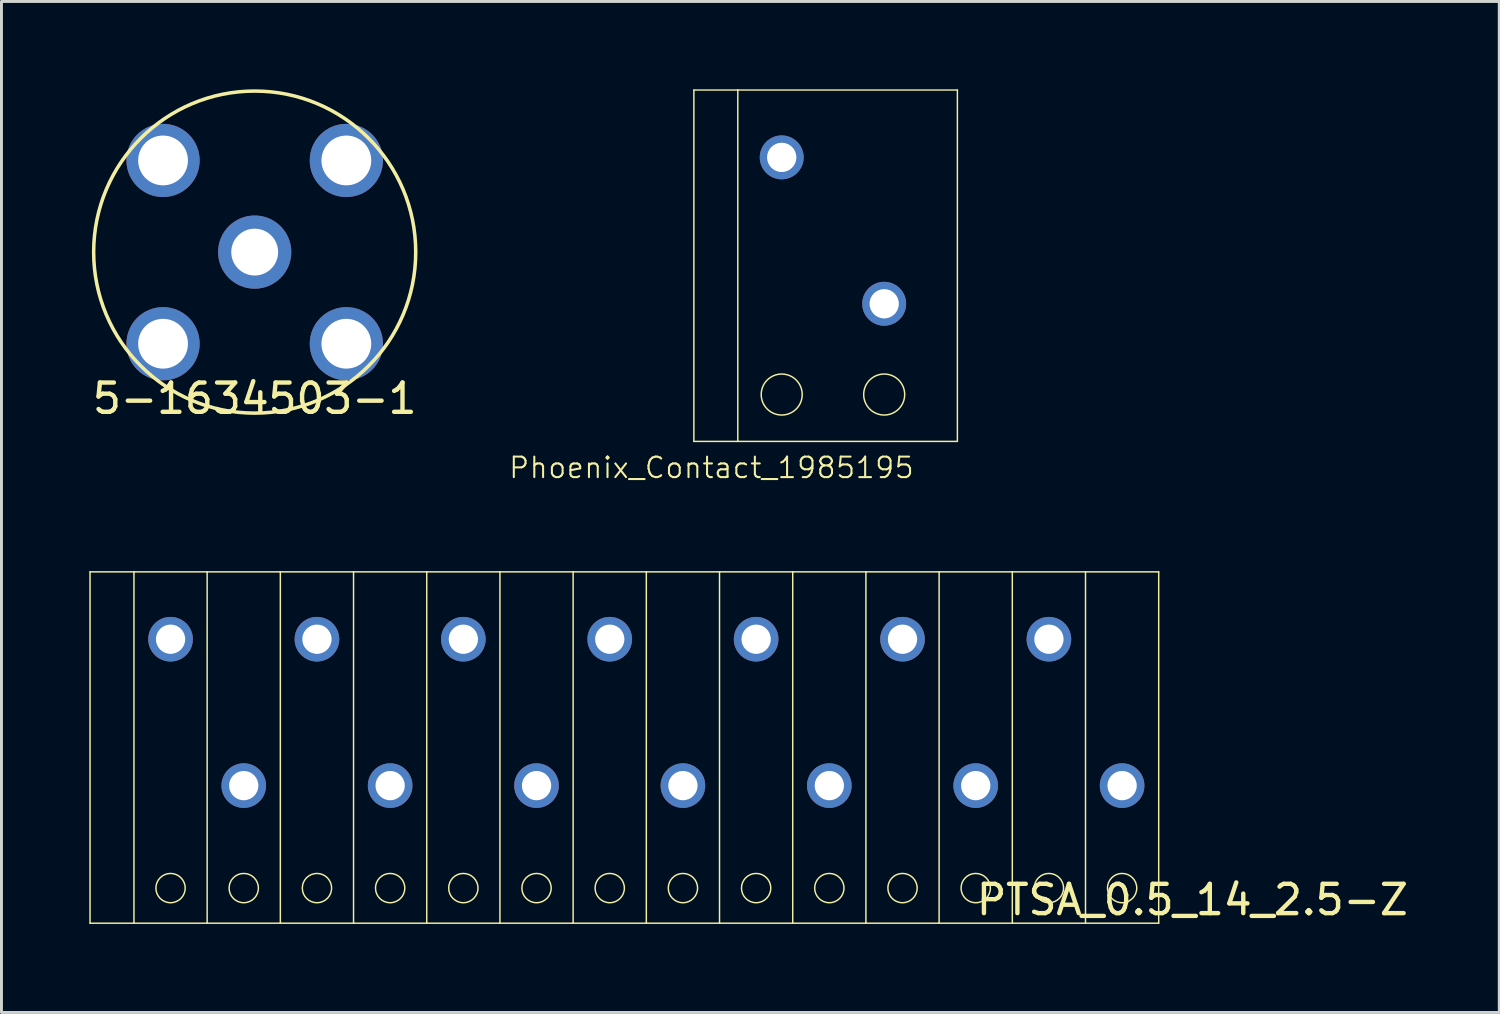
<source format=kicad_pcb>
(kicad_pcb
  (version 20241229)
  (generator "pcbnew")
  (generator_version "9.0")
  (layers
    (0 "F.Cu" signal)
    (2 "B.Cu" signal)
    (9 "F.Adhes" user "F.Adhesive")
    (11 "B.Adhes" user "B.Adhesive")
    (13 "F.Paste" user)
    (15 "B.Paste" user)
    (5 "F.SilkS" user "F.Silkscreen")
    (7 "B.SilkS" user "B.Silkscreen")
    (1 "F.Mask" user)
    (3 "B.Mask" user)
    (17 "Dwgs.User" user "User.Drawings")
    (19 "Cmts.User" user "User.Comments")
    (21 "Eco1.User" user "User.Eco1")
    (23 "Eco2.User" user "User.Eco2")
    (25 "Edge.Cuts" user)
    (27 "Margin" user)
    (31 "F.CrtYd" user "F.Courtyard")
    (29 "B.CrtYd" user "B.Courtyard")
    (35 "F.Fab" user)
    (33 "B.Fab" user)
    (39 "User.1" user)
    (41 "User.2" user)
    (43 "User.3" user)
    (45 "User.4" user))
  (footprint "PTSA_0.5_14_2.5-Z"
    (layer "F.Cu")
    (at 35.275 23.782)
    (property "Reference" "PTSA_0.5_14_2.5-Z" (at 2.4 3.9 0) (layer "F.SilkS") (effects (font (size 1 1) (thickness 0.15))))
    (attr through_hole)
    (fp_line (start -35.25 -7.3) (end -35.25 4.7) (stroke (width 0.05) (type solid)) (layer "F.SilkS"))
    (fp_line (start -33.75 -7.3) (end -35.25 -7.3) (stroke (width 0.05) (type solid)) (layer "F.SilkS"))
    (fp_line (start -33.75 4.7) (end -35.25 4.7) (stroke (width 0.05) (type solid)) (layer "F.SilkS"))
    (fp_line (start -33.75 4.7) (end -33.75 -7.3) (stroke (width 0.05) (type solid)) (layer "F.SilkS"))
    (fp_line (start -31.25 -7.3) (end -33.75 -7.3) (stroke (width 0.05) (type solid)) (layer "F.SilkS"))
    (fp_line (start -31.25 4.7) (end -33.75 4.7) (stroke (width 0.05) (type solid)) (layer "F.SilkS"))
    (fp_line (start -31.25 4.7) (end -31.25 -7.3) (stroke (width 0.05) (type solid)) (layer "F.SilkS"))
    (fp_line (start -28.75 -7.3) (end -31.25 -7.3) (stroke (width 0.05) (type solid)) (layer "F.SilkS"))
    (fp_line (start -28.75 4.7) (end -31.25 4.7) (stroke (width 0.05) (type solid)) (layer "F.SilkS"))
    (fp_line (start -28.75 4.7) (end -28.75 -7.3) (stroke (width 0.05) (type solid)) (layer "F.SilkS"))
    (fp_line (start -26.25 -7.3) (end -28.75 -7.3) (stroke (width 0.05) (type solid)) (layer "F.SilkS"))
    (fp_line (start -26.25 4.7) (end -28.75 4.7) (stroke (width 0.05) (type solid)) (layer "F.SilkS"))
    (fp_line (start -26.25 4.7) (end -26.25 -7.3) (stroke (width 0.05) (type solid)) (layer "F.SilkS"))
    (fp_line (start -23.75 -7.3) (end -26.25 -7.3) (stroke (width 0.05) (type solid)) (layer "F.SilkS"))
    (fp_line (start -23.75 4.7) (end -26.25 4.7) (stroke (width 0.05) (type solid)) (layer "F.SilkS"))
    (fp_line (start -23.75 4.7) (end -23.75 -7.3) (stroke (width 0.05) (type solid)) (layer "F.SilkS"))
    (fp_line (start -21.25 -7.3) (end -23.75 -7.3) (stroke (width 0.05) (type solid)) (layer "F.SilkS"))
    (fp_line (start -21.25 4.7) (end -23.75 4.7) (stroke (width 0.05) (type solid)) (layer "F.SilkS"))
    (fp_line (start -21.25 4.7) (end -21.25 -7.3) (stroke (width 0.05) (type solid)) (layer "F.SilkS"))
    (fp_line (start -18.75 -7.3) (end -21.25 -7.3) (stroke (width 0.05) (type solid)) (layer "F.SilkS"))
    (fp_line (start -18.75 4.7) (end -21.25 4.7) (stroke (width 0.05) (type solid)) (layer "F.SilkS"))
    (fp_line (start -18.75 4.7) (end -18.75 -7.3) (stroke (width 0.05) (type solid)) (layer "F.SilkS"))
    (fp_line (start -16.25 -7.3) (end -18.75 -7.3) (stroke (width 0.05) (type solid)) (layer "F.SilkS"))
    (fp_line (start -16.25 4.7) (end -18.75 4.7) (stroke (width 0.05) (type solid)) (layer "F.SilkS"))
    (fp_line (start -16.25 4.7) (end -16.25 -7.3) (stroke (width 0.05) (type solid)) (layer "F.SilkS"))
    (fp_line (start -13.75 -7.3) (end -16.25 -7.3) (stroke (width 0.05) (type solid)) (layer "F.SilkS"))
    (fp_line (start -13.75 4.7) (end -16.25 4.7) (stroke (width 0.05) (type solid)) (layer "F.SilkS"))
    (fp_line (start -13.75 4.7) (end -13.75 -7.3) (stroke (width 0.05) (type solid)) (layer "F.SilkS"))
    (fp_line (start -11.25 -7.3) (end -13.75 -7.3) (stroke (width 0.05) (type solid)) (layer "F.SilkS"))
    (fp_line (start -11.25 4.7) (end -13.75 4.7) (stroke (width 0.05) (type solid)) (layer "F.SilkS"))
    (fp_line (start -11.25 4.7) (end -11.25 -7.3) (stroke (width 0.05) (type solid)) (layer "F.SilkS"))
    (fp_line (start -8.75 -7.3) (end -11.25 -7.3) (stroke (width 0.05) (type solid)) (layer "F.SilkS"))
    (fp_line (start -8.75 4.7) (end -11.25 4.7) (stroke (width 0.05) (type solid)) (layer "F.SilkS"))
    (fp_line (start -8.75 4.7) (end -8.75 -7.3) (stroke (width 0.05) (type solid)) (layer "F.SilkS"))
    (fp_line (start -6.25 -7.3) (end -8.75 -7.3) (stroke (width 0.05) (type solid)) (layer "F.SilkS"))
    (fp_line (start -6.25 4.7) (end -8.75 4.7) (stroke (width 0.05) (type solid)) (layer "F.SilkS"))
    (fp_line (start -6.25 4.7) (end -6.25 -7.3) (stroke (width 0.05) (type solid)) (layer "F.SilkS"))
    (fp_line (start -3.75 -7.3) (end -6.25 -7.3) (stroke (width 0.05) (type solid)) (layer "F.SilkS"))
    (fp_line (start -3.75 4.7) (end -6.25 4.7) (stroke (width 0.05) (type solid)) (layer "F.SilkS"))
    (fp_line (start -3.75 4.7) (end -3.75 -7.3) (stroke (width 0.05) (type solid)) (layer "F.SilkS"))
    (fp_line (start -1.25 -7.3) (end -3.75 -7.3) (stroke (width 0.05) (type solid)) (layer "F.SilkS"))
    (fp_line (start -1.25 4.7) (end -3.75 4.7) (stroke (width 0.05) (type solid)) (layer "F.SilkS"))
    (fp_line (start -1.25 4.7) (end -1.25 -7.3) (stroke (width 0.05) (type solid)) (layer "F.SilkS"))
    (fp_line (start 1.25 -7.3) (end -1.25 -7.3) (stroke (width 0.05) (type solid)) (layer "F.SilkS"))
    (fp_line (start 1.25 4.7) (end -1.25 4.7) (stroke (width 0.05) (type solid)) (layer "F.SilkS"))
    (fp_line (start 1.25 4.7) (end 1.25 -7.3) (stroke (width 0.05) (type solid)) (layer "F.SilkS"))
    (fp_circle (center -32.5 3.5) (end -32 3.5) (stroke (width 0.05) (type solid)) (fill no) (layer "F.SilkS"))
    (fp_circle (center -30 3.5) (end -29.5 3.5) (stroke (width 0.05) (type solid)) (fill no) (layer "F.SilkS"))
    (fp_circle (center -27.5 3.5) (end -27 3.5) (stroke (width 0.05) (type solid)) (fill no) (layer "F.SilkS"))
    (fp_circle (center -25 3.5) (end -24.5 3.5) (stroke (width 0.05) (type solid)) (fill no) (layer "F.SilkS"))
    (fp_circle (center -22.5 3.5) (end -22 3.5) (stroke (width 0.05) (type solid)) (fill no) (layer "F.SilkS"))
    (fp_circle (center -20 3.5) (end -19.5 3.5) (stroke (width 0.05) (type solid)) (fill no) (layer "F.SilkS"))
    (fp_circle (center -17.5 3.5) (end -17 3.5) (stroke (width 0.05) (type solid)) (fill no) (layer "F.SilkS"))
    (fp_circle (center -15 3.5) (end -14.5 3.5) (stroke (width 0.05) (type solid)) (fill no) (layer "F.SilkS"))
    (fp_circle (center -12.5 3.5) (end -12 3.5) (stroke (width 0.05) (type solid)) (fill no) (layer "F.SilkS"))
    (fp_circle (center -10 3.5) (end -9.5 3.5) (stroke (width 0.05) (type solid)) (fill no) (layer "F.SilkS"))
    (fp_circle (center -7.5 3.5) (end -7 3.5) (stroke (width 0.05) (type solid)) (fill no) (layer "F.SilkS"))
    (fp_circle (center -5 3.5) (end -4.5 3.5) (stroke (width 0.05) (type solid)) (fill no) (layer "F.SilkS"))
    (fp_circle (center -2.5 3.5) (end -2 3.5) (stroke (width 0.05) (type solid)) (fill no) (layer "F.SilkS"))
    (fp_circle (center 0 3.5) (end 0.5 3.5) (stroke (width 0.05) (type solid)) (fill no) (layer "F.SilkS"))
    (pad "1" thru_hole circle (at 0 0) (size 1.524 1.524) (drill 1) (layers "*.Cu" "*.Mask"))
    (pad "2" thru_hole circle (at -2.5 -5) (size 1.524 1.524) (drill 1) (layers "*.Cu" "*.Mask"))
    (pad "3" thru_hole circle (at -5 0) (size 1.524 1.524) (drill 1) (layers "*.Cu" "*.Mask"))
    (pad "4" thru_hole circle (at -7.5 -5) (size 1.524 1.524) (drill 1) (layers "*.Cu" "*.Mask"))
    (pad "5" thru_hole circle (at -10 0) (size 1.524 1.524) (drill 1) (layers "*.Cu" "*.Mask"))
    (pad "6" thru_hole circle (at -12.5 -5) (size 1.524 1.524) (drill 1) (layers "*.Cu" "*.Mask"))
    (pad "7" thru_hole circle (at -15 0) (size 1.524 1.524) (drill 1) (layers "*.Cu" "*.Mask"))
    (pad "8" thru_hole circle (at -17.5 -5) (size 1.524 1.524) (drill 1) (layers "*.Cu" "*.Mask"))
    (pad "9" thru_hole circle (at -20 0) (size 1.524 1.524) (drill 1) (layers "*.Cu" "*.Mask"))
    (pad "10" thru_hole circle (at -22.5 -5 90) (size 1.524 1.524) (drill 1) (layers "*.Cu" "*.Mask"))
    (pad "11" thru_hole circle (at -25 0) (size 1.524 1.524) (drill 1) (layers "*.Cu" "*.Mask"))
    (pad "12" thru_hole circle (at -27.5 -5) (size 1.524 1.524) (drill 1) (layers "*.Cu" "*.Mask"))
    (pad "13" thru_hole circle (at -30 0) (size 1.524 1.524) (drill 1) (layers "*.Cu" "*.Mask"))
    (pad "14" thru_hole circle (at -32.5 -5) (size 1.524 1.524) (drill 1) (layers "*.Cu" "*.Mask")))
  (footprint "Phoenix_Contact_1985195"
    (layer "F.Cu")
    (at 23.649 7.325)
    (property "Reference" "Phoenix_Contact_1985195" (at -2.4 5.6 0) (layer "F.SilkS") (effects (font (size 0.7 0.7) (thickness 0.07))))
    (attr through_hole)
    (fp_line (start -3 -7.3) (end -1.5 -7.3) (stroke (width 0.05) (type solid)) (layer "F.SilkS"))
    (fp_line (start -3 4.7) (end -3 -7.3) (stroke (width 0.05) (type solid)) (layer "F.SilkS"))
    (fp_line (start -1.5 -7.3) (end -1.5 4.7) (stroke (width 0.05) (type solid)) (layer "F.SilkS"))
    (fp_line (start -1.5 4.7) (end -3 4.7) (stroke (width 0.05) (type solid)) (layer "F.SilkS"))
    (fp_line (start 6 -7.3) (end -1.5 -7.3) (stroke (width 0.05) (type solid)) (layer "F.SilkS"))
    (fp_line (start 6 -7.3) (end 6 4.7) (stroke (width 0.05) (type solid)) (layer "F.SilkS"))
    (fp_line (start 6 4.7) (end -1.5 4.7) (stroke (width 0.05) (type solid)) (layer "F.SilkS"))
    (fp_circle (center 0 3.1) (end 0.7 3.1) (stroke (width 0.05) (type solid)) (fill no) (layer "F.SilkS"))
    (fp_circle (center 3.5 3.1) (end 4.2 3.1) (stroke (width 0.05) (type solid)) (fill no) (layer "F.SilkS"))
    (pad "1" thru_hole circle (at 3.5 0) (size 1.5 1.5) (drill 1) (layers "*.Cu" "*.Mask"))
    (pad "2" thru_hole circle (at 0 -5) (size 1.5 1.5) (drill 1) (layers "*.Cu" "*.Mask")))
  (footprint "5-1634503-1"
    (layer "F.Cu")
    (at 5.649 5.56)
    (property "Reference" "5-1634503-1" (at 0 5 0) (layer "F.SilkS") (effects (font (size 1 1) (thickness 0.15))))
    (attr through_hole)
    (fp_circle (center 0 0) (end 5.5 0) (stroke (width 0.12) (type solid)) (fill no) (layer "F.SilkS"))
    (pad "1" thru_hole circle (at 0 0) (size 2.5 2.5) (drill 1.6) (layers "*.Cu" "*.Mask"))
    (pad "2" thru_hole circle (at -3.13 -3.13) (size 2.5 2.5) (drill 1.7) (layers "*.Cu" "*.Mask"))
    (pad "2" thru_hole circle (at -3.13 3.13) (size 2.5 2.5) (drill 1.7) (layers "*.Cu" "*.Mask"))
    (pad "2" thru_hole circle (at 3.13 -3.13) (size 2.5 2.5) (drill 1.7) (layers "*.Cu" "*.Mask"))
    (pad "2" thru_hole circle (at 3.13 3.13) (size 2.5 2.5) (drill 1.7) (layers "*.Cu" "*.Mask")))
  (gr_rect
    (start -3 -3)
    (end 48.157 31.531)
    (stroke (width 0.1) (type default))
    (fill no)
    (layer "Edge.Cuts")))
</source>
